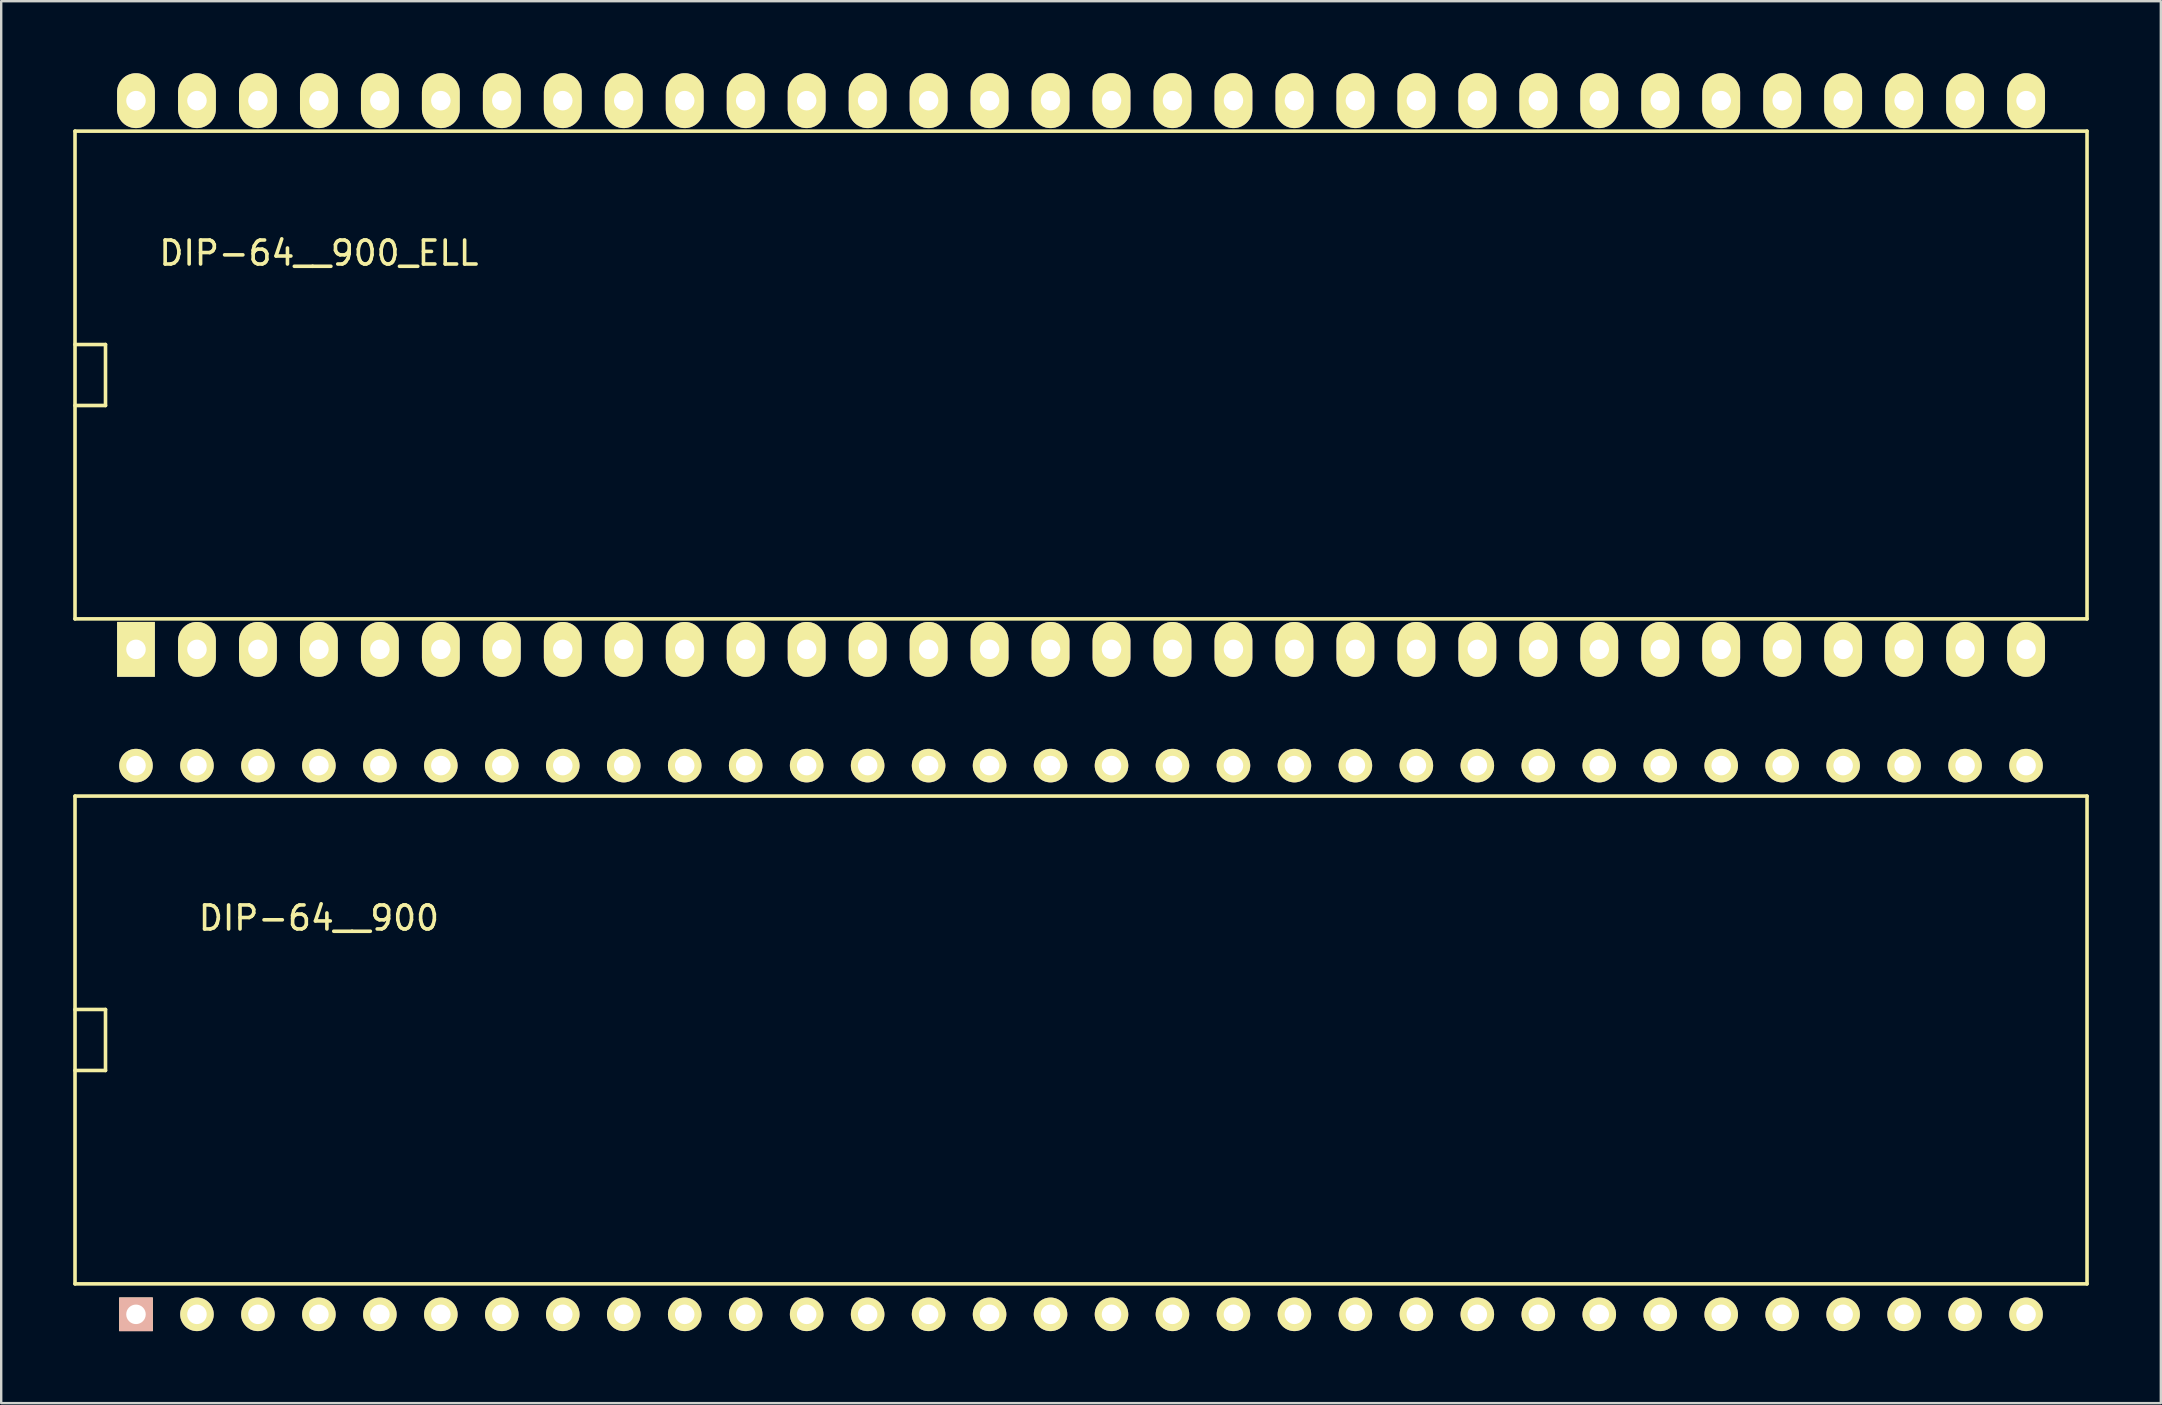
<source format=kicad_pcb>
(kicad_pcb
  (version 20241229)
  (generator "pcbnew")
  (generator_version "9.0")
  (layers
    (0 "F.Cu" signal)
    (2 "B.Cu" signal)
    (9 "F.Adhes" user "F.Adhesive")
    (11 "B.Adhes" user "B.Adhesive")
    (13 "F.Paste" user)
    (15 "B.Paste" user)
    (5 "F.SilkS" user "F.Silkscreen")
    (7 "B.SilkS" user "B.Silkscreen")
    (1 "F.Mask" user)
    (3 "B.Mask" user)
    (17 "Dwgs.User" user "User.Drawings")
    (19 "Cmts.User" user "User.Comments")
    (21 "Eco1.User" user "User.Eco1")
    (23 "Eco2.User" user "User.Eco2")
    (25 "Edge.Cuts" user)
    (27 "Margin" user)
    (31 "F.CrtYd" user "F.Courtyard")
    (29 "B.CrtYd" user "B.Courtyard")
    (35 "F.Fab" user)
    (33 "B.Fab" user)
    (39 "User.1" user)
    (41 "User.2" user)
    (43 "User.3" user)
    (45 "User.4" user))
  (footprint "DIP-64__900"
    (layer "F.Cu")
    (at 41.985 40.275)
    (property "Reference" "DIP-64__900" (at -31.75 -5.08 0) (layer "F.SilkS") (effects (font (size 1 1) (thickness 0.15))))
    (attr through_hole)
    (fp_line (start -41.91 -10.16) (end 41.91 -10.16) (stroke (width 0.15) (type solid)) (layer "F.SilkS"))
    (fp_line (start -41.91 1.27) (end -40.64 1.27) (stroke (width 0.15) (type solid)) (layer "F.SilkS"))
    (fp_line (start -41.91 10.16) (end -41.91 -10.16) (stroke (width 0.15) (type solid)) (layer "F.SilkS"))
    (fp_line (start -40.64 -1.27) (end -41.91 -1.27) (stroke (width 0.15) (type solid)) (layer "F.SilkS"))
    (fp_line (start -40.64 1.27) (end -40.64 -1.27) (stroke (width 0.15) (type solid)) (layer "F.SilkS"))
    (fp_line (start 41.91 -10.16) (end 41.91 10.16) (stroke (width 0.15) (type solid)) (layer "F.SilkS"))
    (fp_line (start 41.91 10.16) (end -41.91 10.16) (stroke (width 0.15) (type solid)) (layer "F.SilkS"))
    (pad "1" thru_hole rect (at -39.37 11.43) (size 1.397 1.397) (drill 0.813) (layers "*.Cu" "*.SilkS" "*.Mask"))
    (pad "2" thru_hole circle (at -36.83 11.43) (size 1.397 1.397) (drill 0.813) (layers "*.Cu" "*.Mask" "F.SilkS"))
    (pad "3" thru_hole circle (at -34.29 11.43) (size 1.397 1.397) (drill 0.813) (layers "*.Cu" "*.Mask" "F.SilkS"))
    (pad "4" thru_hole circle (at -31.75 11.43) (size 1.397 1.397) (drill 0.813) (layers "*.Cu" "*.Mask" "F.SilkS"))
    (pad "5" thru_hole circle (at -29.21 11.43) (size 1.397 1.397) (drill 0.813) (layers "*.Cu" "*.Mask" "F.SilkS"))
    (pad "6" thru_hole circle (at -26.67 11.43) (size 1.397 1.397) (drill 0.813) (layers "*.Cu" "*.Mask" "F.SilkS"))
    (pad "7" thru_hole circle (at -24.13 11.43) (size 1.397 1.397) (drill 0.813) (layers "*.Cu" "*.Mask" "F.SilkS"))
    (pad "8" thru_hole circle (at -21.59 11.43) (size 1.397 1.397) (drill 0.813) (layers "*.Cu" "*.Mask" "F.SilkS"))
    (pad "9" thru_hole circle (at -19.05 11.43) (size 1.397 1.397) (drill 0.813) (layers "*.Cu" "*.Mask" "F.SilkS"))
    (pad "10" thru_hole circle (at -16.51 11.43) (size 1.397 1.397) (drill 0.813) (layers "*.Cu" "*.Mask" "F.SilkS"))
    (pad "11" thru_hole circle (at -13.97 11.43) (size 1.397 1.397) (drill 0.813) (layers "*.Cu" "*.Mask" "F.SilkS"))
    (pad "12" thru_hole circle (at -11.43 11.43) (size 1.397 1.397) (drill 0.813) (layers "*.Cu" "*.Mask" "F.SilkS"))
    (pad "13" thru_hole circle (at -8.89 11.43) (size 1.397 1.397) (drill 0.813) (layers "*.Cu" "*.Mask" "F.SilkS"))
    (pad "14" thru_hole circle (at -6.35 11.43) (size 1.397 1.397) (drill 0.813) (layers "*.Cu" "*.Mask" "F.SilkS"))
    (pad "15" thru_hole circle (at -3.81 11.43) (size 1.397 1.397) (drill 0.813) (layers "*.Cu" "*.Mask" "F.SilkS"))
    (pad "16" thru_hole circle (at -1.27 11.43) (size 1.397 1.397) (drill 0.813) (layers "*.Cu" "*.Mask" "F.SilkS"))
    (pad "17" thru_hole circle (at 1.27 11.43) (size 1.397 1.397) (drill 0.813) (layers "*.Cu" "*.Mask" "F.SilkS"))
    (pad "18" thru_hole circle (at 3.81 11.43) (size 1.397 1.397) (drill 0.813) (layers "*.Cu" "*.Mask" "F.SilkS"))
    (pad "19" thru_hole circle (at 6.35 11.43) (size 1.397 1.397) (drill 0.813) (layers "*.Cu" "*.Mask" "F.SilkS"))
    (pad "20" thru_hole circle (at 8.89 11.43) (size 1.397 1.397) (drill 0.813) (layers "*.Cu" "*.Mask" "F.SilkS"))
    (pad "21" thru_hole circle (at 11.43 11.43) (size 1.397 1.397) (drill 0.813) (layers "*.Cu" "*.Mask" "F.SilkS"))
    (pad "22" thru_hole circle (at 13.97 11.43) (size 1.397 1.397) (drill 0.813) (layers "*.Cu" "*.Mask" "F.SilkS"))
    (pad "23" thru_hole circle (at 16.51 11.43) (size 1.397 1.397) (drill 0.813) (layers "*.Cu" "*.Mask" "F.SilkS"))
    (pad "24" thru_hole circle (at 19.05 11.43) (size 1.397 1.397) (drill 0.813) (layers "*.Cu" "*.Mask" "F.SilkS"))
    (pad "25" thru_hole circle (at 21.59 11.43) (size 1.397 1.397) (drill 0.813) (layers "*.Cu" "*.Mask" "F.SilkS"))
    (pad "26" thru_hole circle (at 24.13 11.43) (size 1.397 1.397) (drill 0.813) (layers "*.Cu" "*.Mask" "F.SilkS"))
    (pad "27" thru_hole circle (at 26.67 11.43) (size 1.397 1.397) (drill 0.813) (layers "*.Cu" "*.Mask" "F.SilkS"))
    (pad "28" thru_hole circle (at 29.21 11.43) (size 1.397 1.397) (drill 0.813) (layers "*.Cu" "*.Mask" "F.SilkS"))
    (pad "29" thru_hole circle (at 31.75 11.43) (size 1.397 1.397) (drill 0.813) (layers "*.Cu" "*.Mask" "F.SilkS"))
    (pad "30" thru_hole circle (at 34.29 11.43) (size 1.397 1.397) (drill 0.813) (layers "*.Cu" "*.Mask" "F.SilkS"))
    (pad "31" thru_hole circle (at 36.83 11.43) (size 1.397 1.397) (drill 0.813) (layers "*.Cu" "*.Mask" "F.SilkS"))
    (pad "32" thru_hole circle (at 39.37 11.43) (size 1.397 1.397) (drill 0.813) (layers "*.Cu" "*.Mask" "F.SilkS"))
    (pad "33" thru_hole circle (at 39.37 -11.43) (size 1.397 1.397) (drill 0.813) (layers "*.Cu" "*.Mask" "F.SilkS"))
    (pad "34" thru_hole circle (at 36.83 -11.43) (size 1.397 1.397) (drill 0.813) (layers "*.Cu" "*.Mask" "F.SilkS"))
    (pad "35" thru_hole circle (at 34.29 -11.43) (size 1.397 1.397) (drill 0.813) (layers "*.Cu" "*.Mask" "F.SilkS"))
    (pad "36" thru_hole circle (at 31.75 -11.43) (size 1.397 1.397) (drill 0.813) (layers "*.Cu" "*.Mask" "F.SilkS"))
    (pad "37" thru_hole circle (at 29.21 -11.43) (size 1.397 1.397) (drill 0.813) (layers "*.Cu" "*.Mask" "F.SilkS"))
    (pad "38" thru_hole circle (at 26.67 -11.43) (size 1.397 1.397) (drill 0.813) (layers "*.Cu" "*.Mask" "F.SilkS"))
    (pad "39" thru_hole circle (at 24.13 -11.43) (size 1.397 1.397) (drill 0.813) (layers "*.Cu" "*.Mask" "F.SilkS"))
    (pad "40" thru_hole circle (at 21.59 -11.43) (size 1.397 1.397) (drill 0.813) (layers "*.Cu" "*.Mask" "F.SilkS"))
    (pad "41" thru_hole circle (at 19.05 -11.43) (size 1.397 1.397) (drill 0.813) (layers "*.Cu" "*.Mask" "F.SilkS"))
    (pad "42" thru_hole circle (at 16.51 -11.43) (size 1.397 1.397) (drill 0.813) (layers "*.Cu" "*.Mask" "F.SilkS"))
    (pad "43" thru_hole circle (at 13.97 -11.43) (size 1.397 1.397) (drill 0.813) (layers "*.Cu" "*.Mask" "F.SilkS"))
    (pad "44" thru_hole circle (at 11.43 -11.43) (size 1.397 1.397) (drill 0.813) (layers "*.Cu" "*.Mask" "F.SilkS"))
    (pad "45" thru_hole circle (at 8.89 -11.43) (size 1.397 1.397) (drill 0.813) (layers "*.Cu" "*.Mask" "F.SilkS"))
    (pad "46" thru_hole circle (at 6.35 -11.43) (size 1.397 1.397) (drill 0.813) (layers "*.Cu" "*.Mask" "F.SilkS"))
    (pad "47" thru_hole circle (at 3.81 -11.43) (size 1.397 1.397) (drill 0.813) (layers "*.Cu" "*.Mask" "F.SilkS"))
    (pad "48" thru_hole circle (at 1.27 -11.43) (size 1.397 1.397) (drill 0.813) (layers "*.Cu" "*.Mask" "F.SilkS"))
    (pad "49" thru_hole circle (at -1.27 -11.43) (size 1.397 1.397) (drill 0.813) (layers "*.Cu" "*.Mask" "F.SilkS"))
    (pad "50" thru_hole circle (at -3.81 -11.43) (size 1.397 1.397) (drill 0.813) (layers "*.Cu" "*.Mask" "F.SilkS"))
    (pad "51" thru_hole circle (at -6.35 -11.43) (size 1.397 1.397) (drill 0.813) (layers "*.Cu" "*.Mask" "F.SilkS"))
    (pad "52" thru_hole circle (at -8.89 -11.43) (size 1.397 1.397) (drill 0.813) (layers "*.Cu" "*.Mask" "F.SilkS"))
    (pad "53" thru_hole circle (at -11.43 -11.43) (size 1.397 1.397) (drill 0.813) (layers "*.Cu" "*.Mask" "F.SilkS"))
    (pad "54" thru_hole circle (at -13.97 -11.43) (size 1.397 1.397) (drill 0.813) (layers "*.Cu" "*.Mask" "F.SilkS"))
    (pad "55" thru_hole circle (at -16.51 -11.43) (size 1.397 1.397) (drill 0.813) (layers "*.Cu" "*.Mask" "F.SilkS"))
    (pad "56" thru_hole circle (at -19.05 -11.43) (size 1.397 1.397) (drill 0.813) (layers "*.Cu" "*.Mask" "F.SilkS"))
    (pad "57" thru_hole circle (at -21.59 -11.43) (size 1.397 1.397) (drill 0.813) (layers "*.Cu" "*.Mask" "F.SilkS"))
    (pad "58" thru_hole circle (at -24.13 -11.43) (size 1.397 1.397) (drill 0.813) (layers "*.Cu" "*.Mask" "F.SilkS"))
    (pad "59" thru_hole circle (at -26.67 -11.43) (size 1.397 1.397) (drill 0.813) (layers "*.Cu" "*.Mask" "F.SilkS"))
    (pad "60" thru_hole circle (at -29.21 -11.43) (size 1.397 1.397) (drill 0.813) (layers "*.Cu" "*.Mask" "F.SilkS"))
    (pad "61" thru_hole circle (at -31.75 -11.43) (size 1.397 1.397) (drill 0.813) (layers "*.Cu" "*.Mask" "F.SilkS"))
    (pad "62" thru_hole circle (at -34.29 -11.43) (size 1.397 1.397) (drill 0.813) (layers "*.Cu" "*.Mask" "F.SilkS"))
    (pad "63" thru_hole circle (at -36.83 -11.43) (size 1.397 1.397) (drill 0.813) (layers "*.Cu" "*.Mask" "F.SilkS"))
    (pad "64" thru_hole circle (at -39.37 -11.43) (size 1.397 1.397) (drill 0.813) (layers "*.Cu" "*.Mask" "F.SilkS")))
  (footprint "DIP-64__900_ELL"
    (layer "F.Cu")
    (at 41.985 12.573)
    (property "Reference" "DIP-64__900_ELL" (at -31.75 -5.08 0) (layer "F.SilkS") (effects (font (size 1 1) (thickness 0.15))))
    (attr through_hole)
    (fp_line (start -41.91 -10.16) (end 41.91 -10.16) (stroke (width 0.15) (type solid)) (layer "F.SilkS"))
    (fp_line (start -41.91 1.27) (end -40.64 1.27) (stroke (width 0.15) (type solid)) (layer "F.SilkS"))
    (fp_line (start -41.91 10.16) (end -41.91 -10.16) (stroke (width 0.15) (type solid)) (layer "F.SilkS"))
    (fp_line (start -40.64 -1.27) (end -41.91 -1.27) (stroke (width 0.15) (type solid)) (layer "F.SilkS"))
    (fp_line (start -40.64 1.27) (end -40.64 -1.27) (stroke (width 0.15) (type solid)) (layer "F.SilkS"))
    (fp_line (start 41.91 -10.16) (end 41.91 10.16) (stroke (width 0.15) (type solid)) (layer "F.SilkS"))
    (fp_line (start 41.91 10.16) (end -41.91 10.16) (stroke (width 0.15) (type solid)) (layer "F.SilkS"))
    (pad "1" thru_hole rect (at -39.37 11.43) (size 1.575 2.286) (drill 0.813) (layers "*.Cu" "*.Mask" "F.SilkS"))
    (pad "2" thru_hole oval (at -36.83 11.43) (size 1.575 2.286) (drill 0.813) (layers "*.Cu" "*.Mask" "F.SilkS"))
    (pad "3" thru_hole oval (at -34.29 11.43) (size 1.575 2.286) (drill 0.813) (layers "*.Cu" "*.Mask" "F.SilkS"))
    (pad "4" thru_hole oval (at -31.75 11.43) (size 1.575 2.286) (drill 0.813) (layers "*.Cu" "*.Mask" "F.SilkS"))
    (pad "5" thru_hole oval (at -29.21 11.43) (size 1.575 2.286) (drill 0.813) (layers "*.Cu" "*.Mask" "F.SilkS"))
    (pad "6" thru_hole oval (at -26.67 11.43) (size 1.575 2.286) (drill 0.813) (layers "*.Cu" "*.Mask" "F.SilkS"))
    (pad "7" thru_hole oval (at -24.13 11.43) (size 1.575 2.286) (drill 0.813) (layers "*.Cu" "*.Mask" "F.SilkS"))
    (pad "8" thru_hole oval (at -21.59 11.43) (size 1.575 2.286) (drill 0.813) (layers "*.Cu" "*.Mask" "F.SilkS"))
    (pad "9" thru_hole oval (at -19.05 11.43) (size 1.575 2.286) (drill 0.813) (layers "*.Cu" "*.Mask" "F.SilkS"))
    (pad "10" thru_hole oval (at -16.51 11.43) (size 1.575 2.286) (drill 0.813) (layers "*.Cu" "*.Mask" "F.SilkS"))
    (pad "11" thru_hole oval (at -13.97 11.43) (size 1.575 2.286) (drill 0.813) (layers "*.Cu" "*.Mask" "F.SilkS"))
    (pad "12" thru_hole oval (at -11.43 11.43) (size 1.575 2.286) (drill 0.813) (layers "*.Cu" "*.Mask" "F.SilkS"))
    (pad "13" thru_hole oval (at -8.89 11.43) (size 1.575 2.286) (drill 0.813) (layers "*.Cu" "*.Mask" "F.SilkS"))
    (pad "14" thru_hole oval (at -6.35 11.43) (size 1.575 2.286) (drill 0.813) (layers "*.Cu" "*.Mask" "F.SilkS"))
    (pad "15" thru_hole oval (at -3.81 11.43) (size 1.575 2.286) (drill 0.813) (layers "*.Cu" "*.Mask" "F.SilkS"))
    (pad "16" thru_hole oval (at -1.27 11.43) (size 1.575 2.286) (drill 0.813) (layers "*.Cu" "*.Mask" "F.SilkS"))
    (pad "17" thru_hole oval (at 1.27 11.43) (size 1.575 2.286) (drill 0.813) (layers "*.Cu" "*.Mask" "F.SilkS"))
    (pad "18" thru_hole oval (at 3.81 11.43) (size 1.575 2.286) (drill 0.813) (layers "*.Cu" "*.Mask" "F.SilkS"))
    (pad "19" thru_hole oval (at 6.35 11.43) (size 1.575 2.286) (drill 0.813) (layers "*.Cu" "*.Mask" "F.SilkS"))
    (pad "20" thru_hole oval (at 8.89 11.43) (size 1.575 2.286) (drill 0.813) (layers "*.Cu" "*.Mask" "F.SilkS"))
    (pad "21" thru_hole oval (at 11.43 11.43) (size 1.575 2.286) (drill 0.813) (layers "*.Cu" "*.Mask" "F.SilkS"))
    (pad "22" thru_hole oval (at 13.97 11.43) (size 1.575 2.286) (drill 0.813) (layers "*.Cu" "*.Mask" "F.SilkS"))
    (pad "23" thru_hole oval (at 16.51 11.43) (size 1.575 2.286) (drill 0.813) (layers "*.Cu" "*.Mask" "F.SilkS"))
    (pad "24" thru_hole oval (at 19.05 11.43) (size 1.575 2.286) (drill 0.813) (layers "*.Cu" "*.Mask" "F.SilkS"))
    (pad "25" thru_hole oval (at 21.59 11.43) (size 1.575 2.286) (drill 0.813) (layers "*.Cu" "*.Mask" "F.SilkS"))
    (pad "26" thru_hole oval (at 24.13 11.43) (size 1.575 2.286) (drill 0.813) (layers "*.Cu" "*.Mask" "F.SilkS"))
    (pad "27" thru_hole oval (at 26.67 11.43) (size 1.575 2.286) (drill 0.813) (layers "*.Cu" "*.Mask" "F.SilkS"))
    (pad "28" thru_hole oval (at 29.21 11.43) (size 1.575 2.286) (drill 0.813) (layers "*.Cu" "*.Mask" "F.SilkS"))
    (pad "29" thru_hole oval (at 31.75 11.43) (size 1.575 2.286) (drill 0.813) (layers "*.Cu" "*.Mask" "F.SilkS"))
    (pad "30" thru_hole oval (at 34.29 11.43) (size 1.575 2.286) (drill 0.813) (layers "*.Cu" "*.Mask" "F.SilkS"))
    (pad "31" thru_hole oval (at 36.83 11.43) (size 1.575 2.286) (drill 0.813) (layers "*.Cu" "*.Mask" "F.SilkS"))
    (pad "32" thru_hole oval (at 39.37 11.43) (size 1.575 2.286) (drill 0.813) (layers "*.Cu" "*.Mask" "F.SilkS"))
    (pad "33" thru_hole oval (at 39.37 -11.43) (size 1.575 2.286) (drill 0.813) (layers "*.Cu" "*.Mask" "F.SilkS"))
    (pad "34" thru_hole oval (at 36.83 -11.43) (size 1.575 2.286) (drill 0.813) (layers "*.Cu" "*.Mask" "F.SilkS"))
    (pad "35" thru_hole oval (at 34.29 -11.43) (size 1.575 2.286) (drill 0.813) (layers "*.Cu" "*.Mask" "F.SilkS"))
    (pad "36" thru_hole oval (at 31.75 -11.43) (size 1.575 2.286) (drill 0.813) (layers "*.Cu" "*.Mask" "F.SilkS"))
    (pad "37" thru_hole oval (at 29.21 -11.43) (size 1.575 2.286) (drill 0.813) (layers "*.Cu" "*.Mask" "F.SilkS"))
    (pad "38" thru_hole oval (at 26.67 -11.43) (size 1.575 2.286) (drill 0.813) (layers "*.Cu" "*.Mask" "F.SilkS"))
    (pad "39" thru_hole oval (at 24.13 -11.43) (size 1.575 2.286) (drill 0.813) (layers "*.Cu" "*.Mask" "F.SilkS"))
    (pad "40" thru_hole oval (at 21.59 -11.43) (size 1.575 2.286) (drill 0.813) (layers "*.Cu" "*.Mask" "F.SilkS"))
    (pad "41" thru_hole oval (at 19.05 -11.43) (size 1.575 2.286) (drill 0.813) (layers "*.Cu" "*.Mask" "F.SilkS"))
    (pad "42" thru_hole oval (at 16.51 -11.43) (size 1.575 2.286) (drill 0.813) (layers "*.Cu" "*.Mask" "F.SilkS"))
    (pad "43" thru_hole oval (at 13.97 -11.43) (size 1.575 2.286) (drill 0.813) (layers "*.Cu" "*.Mask" "F.SilkS"))
    (pad "44" thru_hole oval (at 11.43 -11.43) (size 1.575 2.286) (drill 0.813) (layers "*.Cu" "*.Mask" "F.SilkS"))
    (pad "45" thru_hole oval (at 8.89 -11.43) (size 1.575 2.286) (drill 0.813) (layers "*.Cu" "*.Mask" "F.SilkS"))
    (pad "46" thru_hole oval (at 6.35 -11.43) (size 1.575 2.286) (drill 0.813) (layers "*.Cu" "*.Mask" "F.SilkS"))
    (pad "47" thru_hole oval (at 3.81 -11.43) (size 1.575 2.286) (drill 0.813) (layers "*.Cu" "*.Mask" "F.SilkS"))
    (pad "48" thru_hole oval (at 1.27 -11.43) (size 1.575 2.286) (drill 0.813) (layers "*.Cu" "*.Mask" "F.SilkS"))
    (pad "49" thru_hole oval (at -1.27 -11.43) (size 1.575 2.286) (drill 0.813) (layers "*.Cu" "*.Mask" "F.SilkS"))
    (pad "50" thru_hole oval (at -3.81 -11.43) (size 1.575 2.286) (drill 0.813) (layers "*.Cu" "*.Mask" "F.SilkS"))
    (pad "51" thru_hole oval (at -6.35 -11.43) (size 1.575 2.286) (drill 0.813) (layers "*.Cu" "*.Mask" "F.SilkS"))
    (pad "52" thru_hole oval (at -8.89 -11.43) (size 1.575 2.286) (drill 0.813) (layers "*.Cu" "*.Mask" "F.SilkS"))
    (pad "53" thru_hole oval (at -11.43 -11.43) (size 1.575 2.286) (drill 0.813) (layers "*.Cu" "*.Mask" "F.SilkS"))
    (pad "54" thru_hole oval (at -13.97 -11.43) (size 1.575 2.286) (drill 0.813) (layers "*.Cu" "*.Mask" "F.SilkS"))
    (pad "55" thru_hole oval (at -16.51 -11.43) (size 1.575 2.286) (drill 0.813) (layers "*.Cu" "*.Mask" "F.SilkS"))
    (pad "56" thru_hole oval (at -19.05 -11.43) (size 1.575 2.286) (drill 0.813) (layers "*.Cu" "*.Mask" "F.SilkS"))
    (pad "57" thru_hole oval (at -21.59 -11.43) (size 1.575 2.286) (drill 0.813) (layers "*.Cu" "*.Mask" "F.SilkS"))
    (pad "58" thru_hole oval (at -24.13 -11.43) (size 1.575 2.286) (drill 0.813) (layers "*.Cu" "*.Mask" "F.SilkS"))
    (pad "59" thru_hole oval (at -26.67 -11.43) (size 1.575 2.286) (drill 0.813) (layers "*.Cu" "*.Mask" "F.SilkS"))
    (pad "60" thru_hole oval (at -29.21 -11.43) (size 1.575 2.286) (drill 0.813) (layers "*.Cu" "*.Mask" "F.SilkS"))
    (pad "61" thru_hole oval (at -31.75 -11.43) (size 1.575 2.286) (drill 0.813) (layers "*.Cu" "*.Mask" "F.SilkS"))
    (pad "62" thru_hole oval (at -34.29 -11.43) (size 1.575 2.286) (drill 0.813) (layers "*.Cu" "*.Mask" "F.SilkS"))
    (pad "63" thru_hole oval (at -36.83 -11.43) (size 1.575 2.286) (drill 0.813) (layers "*.Cu" "*.Mask" "F.SilkS"))
    (pad "64" thru_hole oval (at -39.37 -11.43) (size 1.575 2.286) (drill 0.813) (layers "*.Cu" "*.Mask" "F.SilkS")))
  (gr_rect
    (start -3 -3)
    (end 86.97 55.403)
    (stroke (width 0.1) (type default))
    (fill no)
    (layer "Edge.Cuts")))
</source>
